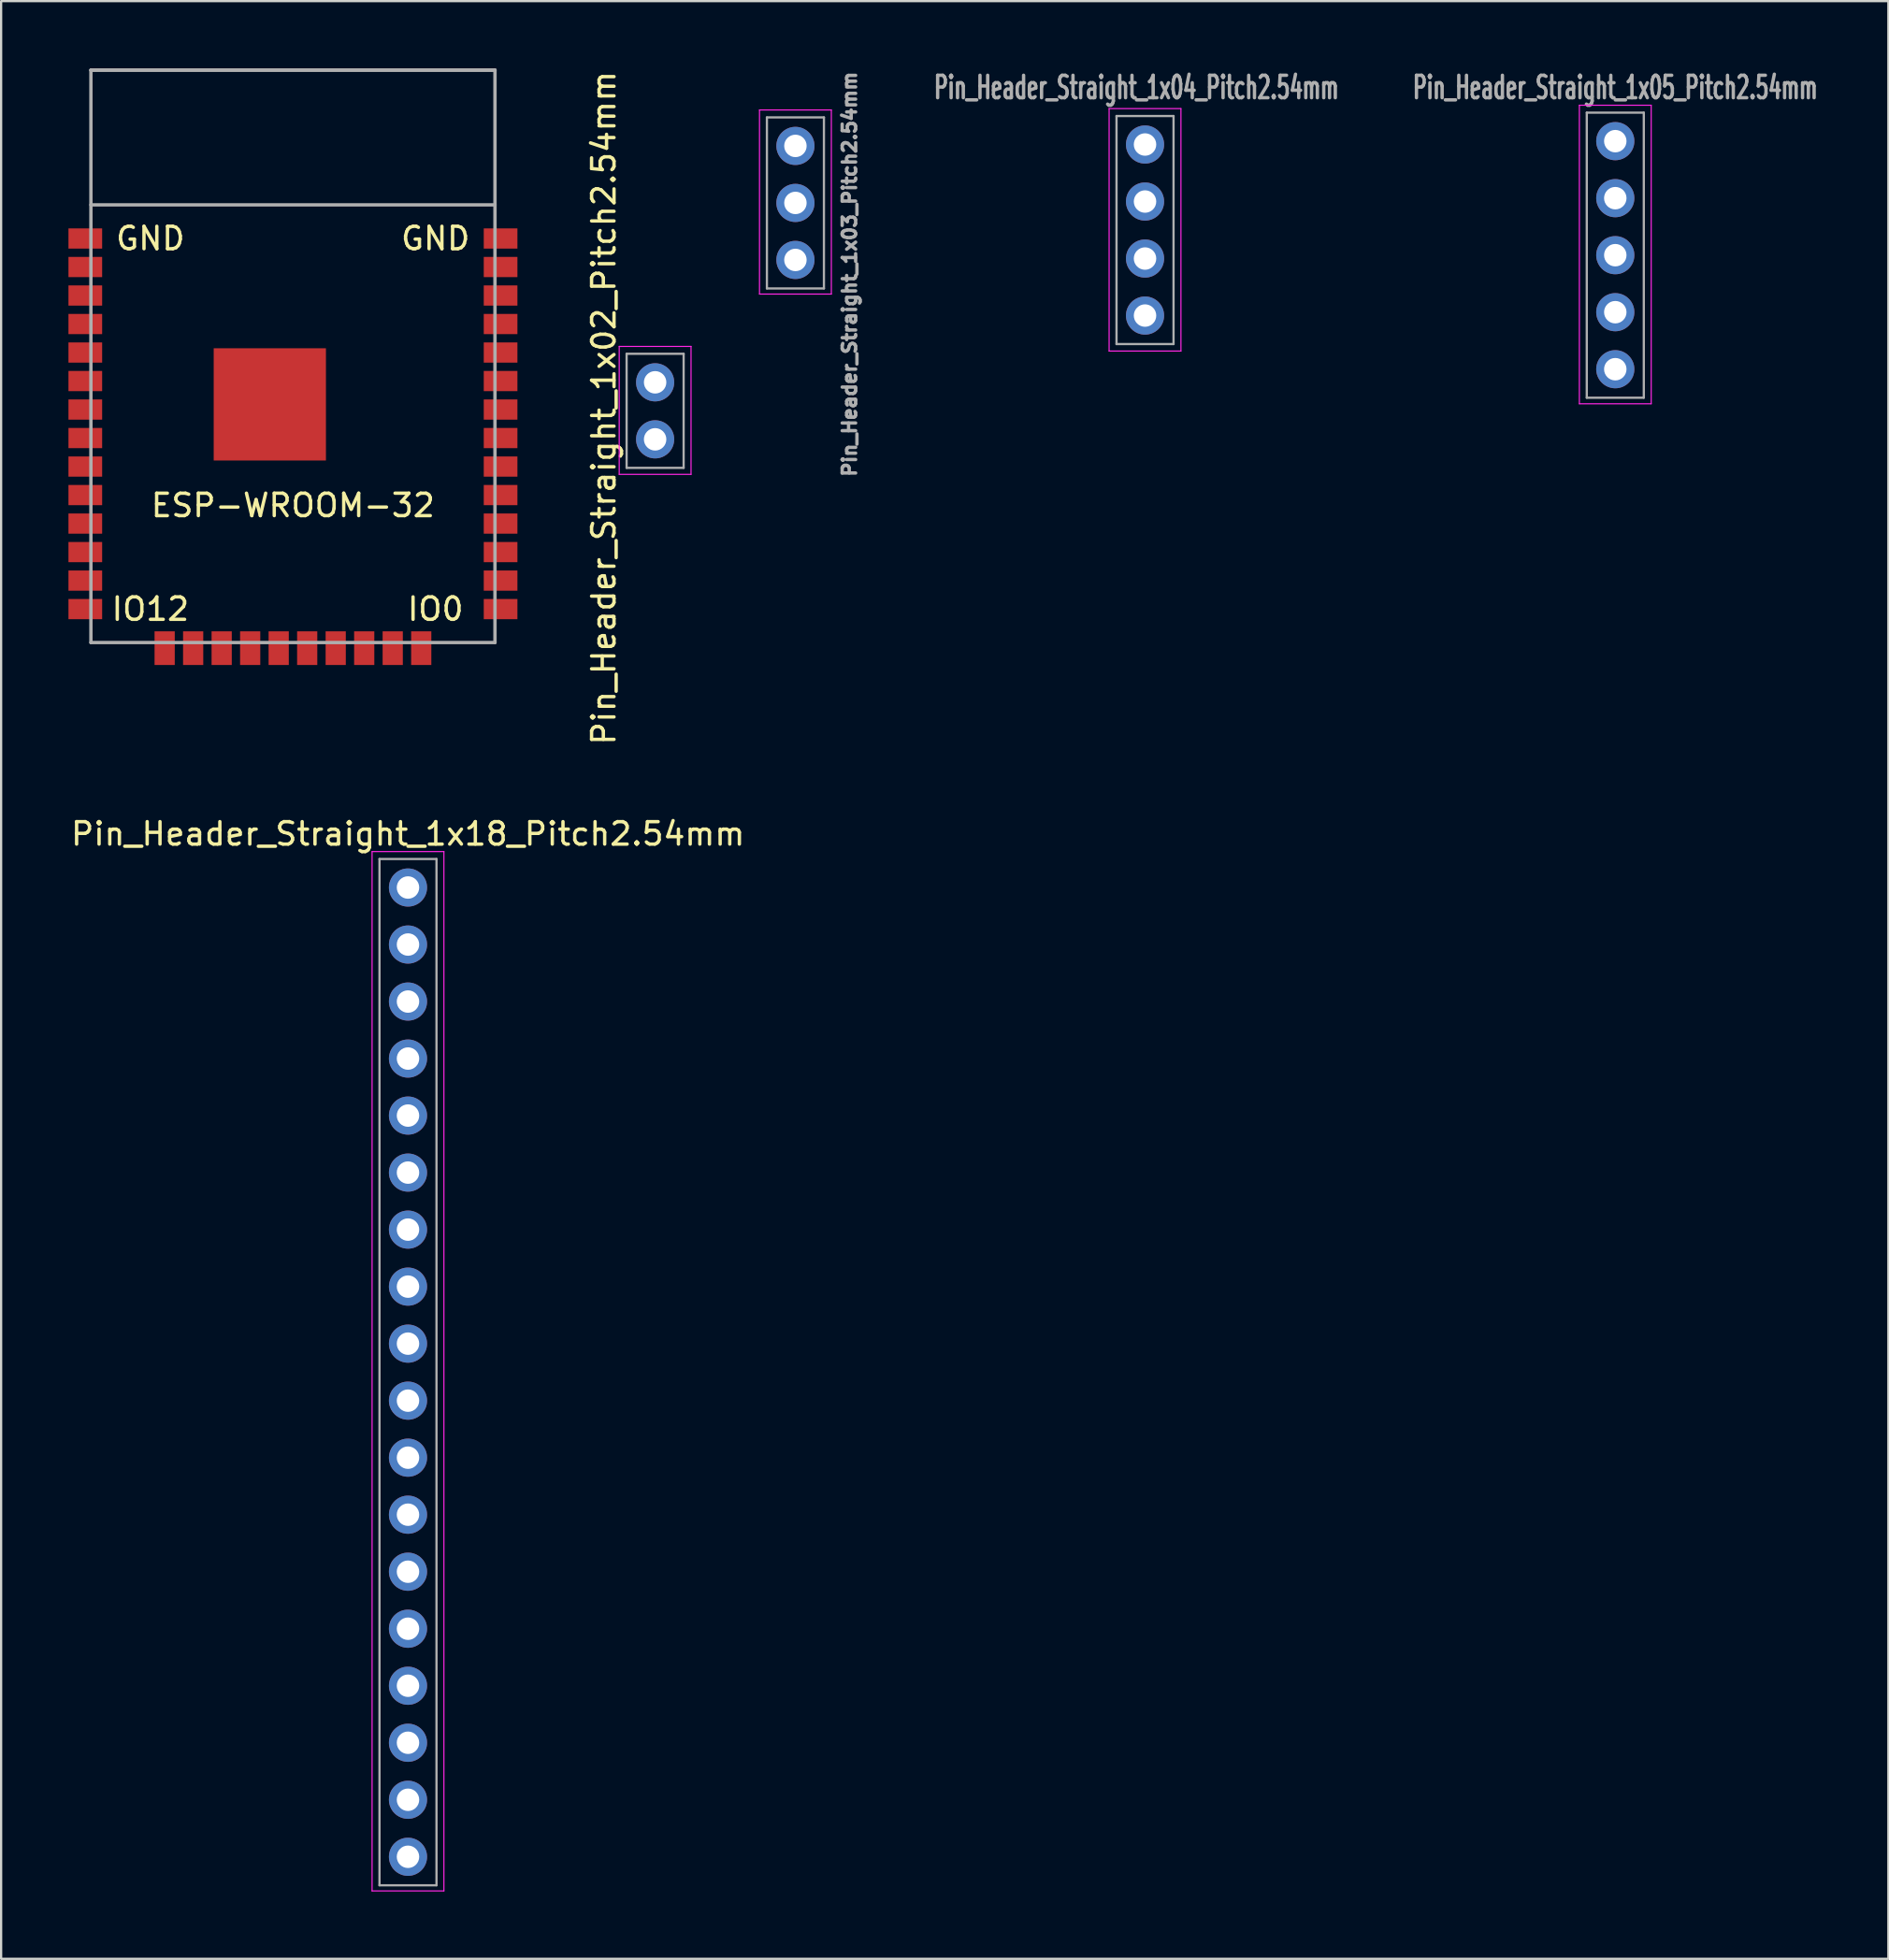
<source format=kicad_pcb>
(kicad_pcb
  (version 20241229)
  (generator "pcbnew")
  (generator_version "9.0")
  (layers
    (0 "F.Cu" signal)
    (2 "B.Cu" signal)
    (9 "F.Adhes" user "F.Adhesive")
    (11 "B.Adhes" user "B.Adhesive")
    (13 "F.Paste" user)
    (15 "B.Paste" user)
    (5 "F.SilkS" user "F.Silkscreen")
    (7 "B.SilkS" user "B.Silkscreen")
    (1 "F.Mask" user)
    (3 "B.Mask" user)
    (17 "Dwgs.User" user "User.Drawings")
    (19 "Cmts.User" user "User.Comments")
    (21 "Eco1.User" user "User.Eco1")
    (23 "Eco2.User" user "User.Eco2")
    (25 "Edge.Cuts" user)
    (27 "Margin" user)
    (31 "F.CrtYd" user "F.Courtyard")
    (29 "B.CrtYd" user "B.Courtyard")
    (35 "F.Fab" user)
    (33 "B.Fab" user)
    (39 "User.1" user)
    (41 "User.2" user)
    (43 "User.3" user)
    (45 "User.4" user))
  (footprint "Pin_Header_Straight_1x03_Pitch2.54mm"
    (layer "F.Cu")
    (at 32.384 3.45)
    (property "Reference" "Pin_Header_Straight_1x03_Pitch2.54mm" (at 2.413 5.715 90) (layer "F.Fab") (effects (font (size 0.6 0.6) (thickness 0.15))))
    (attr through_hole)
    (fp_line (start -1.6 -1.6) (end -1.6 6.6) (stroke (width 0.05) (type solid)) (layer "F.CrtYd"))
    (fp_line (start -1.6 6.6) (end 1.6 6.6) (stroke (width 0.05) (type solid)) (layer "F.CrtYd"))
    (fp_line (start 1.6 -1.6) (end -1.6 -1.6) (stroke (width 0.05) (type solid)) (layer "F.CrtYd"))
    (fp_line (start 1.6 6.6) (end 1.6 -1.6) (stroke (width 0.05) (type solid)) (layer "F.CrtYd"))
    (fp_line (start -1.27 -1.27) (end -1.27 6.35) (stroke (width 0.1) (type solid)) (layer "F.Fab"))
    (fp_line (start -1.27 6.35) (end 1.27 6.35) (stroke (width 0.1) (type solid)) (layer "F.Fab"))
    (fp_line (start 1.27 -1.27) (end -1.27 -1.27) (stroke (width 0.1) (type solid)) (layer "F.Fab"))
    (fp_line (start 1.27 6.35) (end 1.27 -1.27) (stroke (width 0.1) (type solid)) (layer "F.Fab"))
    (pad "1" thru_hole circle (at 0 0) (size 1.7 1.7) (drill 1) (layers "*.Cu" "*.Mask"))
    (pad "2" thru_hole oval (at 0 2.54) (size 1.7 1.7) (drill 1) (layers "*.Cu" "*.Mask"))
    (pad "3" thru_hole oval (at 0 5.08) (size 1.7 1.7) (drill 1) (layers "*.Cu" "*.Mask")))
  (footprint "Pin_Header_Straight_1x02_Pitch2.54mm"
    (layer "F.Cu")
    (at 26.134 13.982)
    (property "Reference" "Pin_Header_Straight_1x02_Pitch2.54mm" (at -2.286 1.143 90) (layer "F.SilkS") (effects (font (size 1 1) (thickness 0.15))))
    (attr through_hole)
    (fp_line (start -1.6 -1.6) (end -1.6 4.1) (stroke (width 0.05) (type solid)) (layer "F.CrtYd"))
    (fp_line (start -1.6 4.1) (end 1.6 4.1) (stroke (width 0.05) (type solid)) (layer "F.CrtYd"))
    (fp_line (start 1.6 -1.6) (end -1.6 -1.6) (stroke (width 0.05) (type solid)) (layer "F.CrtYd"))
    (fp_line (start 1.6 4.1) (end 1.6 -1.6) (stroke (width 0.05) (type solid)) (layer "F.CrtYd"))
    (fp_line (start -1.27 -1.27) (end -1.27 3.81) (stroke (width 0.1) (type solid)) (layer "F.Fab"))
    (fp_line (start -1.27 3.81) (end 1.27 3.81) (stroke (width 0.1) (type solid)) (layer "F.Fab"))
    (fp_line (start 1.27 -1.27) (end -1.27 -1.27) (stroke (width 0.1) (type solid)) (layer "F.Fab"))
    (fp_line (start 1.27 3.81) (end 1.27 -1.27) (stroke (width 0.1) (type solid)) (layer "F.Fab"))
    (pad "1" thru_hole circle (at 0 0) (size 1.7 1.7) (drill 1) (layers "*.Cu" "*.Mask"))
    (pad "2" thru_hole oval (at 0 2.54) (size 1.7 1.7) (drill 1) (layers "*.Cu" "*.Mask")))
  (footprint "Pin_Header_Straight_1x05_Pitch2.54mm"
    (layer "F.Cu")
    (at 68.907 3.238)
    (property "Reference" "Pin_Header_Straight_1x05_Pitch2.54mm" (at 0 -2.39 0) (layer "F.Fab") (effects (font (size 1 0.6) (thickness 0.15))))
    (attr through_hole)
    (fp_line (start -1.6 -1.6) (end -1.6 11.7) (stroke (width 0.05) (type solid)) (layer "F.CrtYd"))
    (fp_line (start -1.6 11.7) (end 1.6 11.7) (stroke (width 0.05) (type solid)) (layer "F.CrtYd"))
    (fp_line (start 1.6 -1.6) (end -1.6 -1.6) (stroke (width 0.05) (type solid)) (layer "F.CrtYd"))
    (fp_line (start 1.6 11.7) (end 1.6 -1.6) (stroke (width 0.05) (type solid)) (layer "F.CrtYd"))
    (fp_line (start -1.27 -1.27) (end -1.27 11.43) (stroke (width 0.1) (type solid)) (layer "F.Fab"))
    (fp_line (start -1.27 11.43) (end 1.27 11.43) (stroke (width 0.1) (type solid)) (layer "F.Fab"))
    (fp_line (start 1.27 -1.27) (end -1.27 -1.27) (stroke (width 0.1) (type solid)) (layer "F.Fab"))
    (fp_line (start 1.27 11.43) (end 1.27 -1.27) (stroke (width 0.1) (type solid)) (layer "F.Fab"))
    (pad "1" thru_hole circle (at 0 0) (size 1.7 1.7) (drill 1) (layers "*.Cu" "*.Mask"))
    (pad "2" thru_hole oval (at 0 2.54) (size 1.7 1.7) (drill 1) (layers "*.Cu" "*.Mask"))
    (pad "3" thru_hole oval (at 0 5.08) (size 1.7 1.7) (drill 1) (layers "*.Cu" "*.Mask"))
    (pad "4" thru_hole oval (at 0 7.62) (size 1.7 1.7) (drill 1) (layers "*.Cu" "*.Mask"))
    (pad "5" thru_hole oval (at 0 10.16) (size 1.7 1.7) (drill 1) (layers "*.Cu" "*.Mask")))
  (footprint "ESP-WROOM-32"
    (layer "F.Cu")
    (at 10 16.465)
    (property "Reference" "ESP-WROOM-32" (at 0 3 0) (layer "F.SilkS") (effects (font (size 1 1) (thickness 0.15))))
    (attr through_hole)
    (fp_line (start -9 -16.39) (end 9 -16.39) (stroke (width 0.15) (type solid)) (layer "F.Fab"))
    (fp_line (start -9 -10.39) (end 9 -10.39) (stroke (width 0.15) (type solid)) (layer "F.Fab"))
    (fp_line (start -9 9.11) (end -9 -16.39) (stroke (width 0.15) (type solid)) (layer "F.Fab"))
    (fp_line (start -9 9.11) (end 9 9.11) (stroke (width 0.15) (type solid)) (layer "F.Fab"))
    (fp_line (start 9 -16.39) (end -9 -16.39) (stroke (width 0.15) (type solid)) (layer "F.Fab"))
    (fp_line (start 9 9.11) (end 9 -16.39) (stroke (width 0.15) (type solid)) (layer "F.Fab"))
    (fp_text user "GND" (at -6.35 -8.89 0) (layer "F.SilkS") (effects (font (size 1 1) (thickness 0.15))))
    (fp_text user "IO0" (at 6.35 7.62 0) (layer "F.SilkS") (effects (font (size 1 1) (thickness 0.15))))
    (fp_text user "GND" (at 6.35 -8.89 0) (layer "F.SilkS") (effects (font (size 1 1) (thickness 0.15))))
    (fp_text user "IO12" (at -6.35 7.62 0) (layer "F.SilkS") (effects (font (size 1 1) (thickness 0.15))))
    (pad "1" smd rect (at -9.25 -8.89) (size 1.5 0.9) (layers "F.Cu" "F.Mask" "F.Paste"))
    (pad "2" smd rect (at -9.25 -7.62) (size 1.5 0.9) (layers "F.Cu" "F.Mask" "F.Paste"))
    (pad "3" smd rect (at -9.25 -6.35) (size 1.5 0.9) (layers "F.Cu" "F.Mask" "F.Paste"))
    (pad "4" smd rect (at -9.25 -5.08) (size 1.5 0.9) (layers "F.Cu" "F.Mask" "F.Paste"))
    (pad "4" smd rect (at -1.03 -1.5) (size 5 5) (layers "F.Cu" "F.Mask" "F.Paste"))
    (pad "5" smd rect (at -9.25 -3.81) (size 1.5 0.9) (layers "F.Cu" "F.Mask" "F.Paste"))
    (pad "6" smd rect (at -9.25 -2.54) (size 1.5 0.9) (layers "F.Cu" "F.Mask" "F.Paste"))
    (pad "7" smd rect (at -9.25 -1.27) (size 1.5 0.9) (layers "F.Cu" "F.Mask" "F.Paste"))
    (pad "8" smd rect (at -9.25 0) (size 1.5 0.9) (layers "F.Cu" "F.Mask" "F.Paste"))
    (pad "9" smd rect (at -9.25 1.27) (size 1.5 0.9) (layers "F.Cu" "F.Mask" "F.Paste"))
    (pad "10" smd rect (at -9.25 2.54) (size 1.5 0.9) (layers "F.Cu" "F.Mask" "F.Paste"))
    (pad "11" smd rect (at -9.25 3.81) (size 1.5 0.9) (layers "F.Cu" "F.Mask" "F.Paste"))
    (pad "12" smd rect (at -9.25 5.08) (size 1.5 0.9) (layers "F.Cu" "F.Mask" "F.Paste"))
    (pad "13" smd rect (at -9.25 6.35) (size 1.5 0.9) (layers "F.Cu" "F.Mask" "F.Paste"))
    (pad "14" smd rect (at -9.25 7.62) (size 1.5 0.9) (layers "F.Cu" "F.Mask" "F.Paste"))
    (pad "15" smd rect (at -5.715 9.36 90) (size 1.5 0.9) (layers "F.Cu" "F.Mask" "F.Paste"))
    (pad "16" smd rect (at -4.445 9.36 90) (size 1.5 0.9) (layers "F.Cu" "F.Mask" "F.Paste"))
    (pad "17" smd rect (at -3.175 9.36 90) (size 1.5 0.9) (layers "F.Cu" "F.Mask" "F.Paste"))
    (pad "18" smd rect (at -1.905 9.36 90) (size 1.5 0.9) (layers "F.Cu" "F.Mask" "F.Paste"))
    (pad "19" smd rect (at -0.635 9.36 90) (size 1.5 0.9) (layers "F.Cu" "F.Mask" "F.Paste"))
    (pad "20" smd rect (at 0.635 9.36 90) (size 1.5 0.9) (layers "F.Cu" "F.Mask" "F.Paste"))
    (pad "21" smd rect (at 1.905 9.36 90) (size 1.5 0.9) (layers "F.Cu" "F.Mask" "F.Paste"))
    (pad "22" smd rect (at 3.175 9.36 90) (size 1.5 0.9) (layers "F.Cu" "F.Mask" "F.Paste"))
    (pad "23" smd rect (at 4.445 9.36 90) (size 1.5 0.9) (layers "F.Cu" "F.Mask" "F.Paste"))
    (pad "24" smd rect (at 5.715 9.36 90) (size 1.5 0.9) (layers "F.Cu" "F.Mask" "F.Paste"))
    (pad "25" smd rect (at 9.25 7.62) (size 1.5 0.9) (layers "F.Cu" "F.Mask" "F.Paste"))
    (pad "26" smd rect (at 9.25 6.35) (size 1.5 0.9) (layers "F.Cu" "F.Mask" "F.Paste"))
    (pad "27" smd rect (at 9.25 5.08) (size 1.5 0.9) (layers "F.Cu" "F.Mask" "F.Paste"))
    (pad "28" smd rect (at 9.25 3.81) (size 1.5 0.9) (layers "F.Cu" "F.Mask" "F.Paste"))
    (pad "29" smd rect (at 9.25 2.54) (size 1.5 0.9) (layers "F.Cu" "F.Mask" "F.Paste"))
    (pad "30" smd rect (at 9.25 1.27) (size 1.5 0.9) (layers "F.Cu" "F.Mask" "F.Paste"))
    (pad "31" smd rect (at 9.25 0) (size 1.5 0.9) (layers "F.Cu" "F.Mask" "F.Paste"))
    (pad "32" smd rect (at 9.25 -1.27) (size 1.5 0.9) (layers "F.Cu" "F.Mask" "F.Paste"))
    (pad "33" smd rect (at 9.25 -2.54) (size 1.5 0.9) (layers "F.Cu" "F.Mask" "F.Paste"))
    (pad "34" smd rect (at 9.25 -3.81) (size 1.5 0.9) (layers "F.Cu" "F.Mask" "F.Paste"))
    (pad "35" smd rect (at 9.25 -5.08) (size 1.5 0.9) (layers "F.Cu" "F.Mask" "F.Paste"))
    (pad "36" smd rect (at 9.25 -6.35) (size 1.5 0.9) (layers "F.Cu" "F.Mask" "F.Paste"))
    (pad "37" smd rect (at 9.25 -7.62) (size 1.5 0.9) (layers "F.Cu" "F.Mask" "F.Paste"))
    (pad "38" smd rect (at 9.25 -8.89) (size 1.5 0.9) (layers "F.Cu" "F.Mask" "F.Paste")))
  (footprint "Pin_Header_Straight_1x04_Pitch2.54mm"
    (layer "F.Cu")
    (at 47.958 3.388)
    (property "Reference" "Pin_Header_Straight_1x04_Pitch2.54mm" (at -0.381 -2.54 0) (layer "F.Fab") (effects (font (size 1 0.6) (thickness 0.15))))
    (attr through_hole)
    (fp_line (start -1.6 -1.6) (end -1.6 9.2) (stroke (width 0.05) (type solid)) (layer "F.CrtYd"))
    (fp_line (start -1.6 9.2) (end 1.6 9.2) (stroke (width 0.05) (type solid)) (layer "F.CrtYd"))
    (fp_line (start 1.6 -1.6) (end -1.6 -1.6) (stroke (width 0.05) (type solid)) (layer "F.CrtYd"))
    (fp_line (start 1.6 9.2) (end 1.6 -1.6) (stroke (width 0.05) (type solid)) (layer "F.CrtYd"))
    (fp_line (start -1.27 -1.27) (end -1.27 8.89) (stroke (width 0.1) (type solid)) (layer "F.Fab"))
    (fp_line (start -1.27 8.89) (end 1.27 8.89) (stroke (width 0.1) (type solid)) (layer "F.Fab"))
    (fp_line (start 1.27 -1.27) (end -1.27 -1.27) (stroke (width 0.1) (type solid)) (layer "F.Fab"))
    (fp_line (start 1.27 8.89) (end 1.27 -1.27) (stroke (width 0.1) (type solid)) (layer "F.Fab"))
    (pad "1" thru_hole circle (at 0 0) (size 1.7 1.7) (drill 1) (layers "*.Cu" "*.Mask"))
    (pad "2" thru_hole oval (at 0 2.54) (size 1.7 1.7) (drill 1) (layers "*.Cu" "*.Mask"))
    (pad "3" thru_hole oval (at 0 5.08) (size 1.7 1.7) (drill 1) (layers "*.Cu" "*.Mask"))
    (pad "4" thru_hole oval (at 0 7.62) (size 1.7 1.7) (drill 1) (layers "*.Cu" "*.Mask")))
  (footprint "Pin_Header_Straight_1x18_Pitch2.54mm"
    (layer "F.Cu")
    (at 15.125 36.488)
    (property "Reference" "Pin_Header_Straight_1x18_Pitch2.54mm" (at 0 -2.39 0) (layer "F.SilkS") (effects (font (size 1 1) (thickness 0.15))))
    (attr through_hole)
    (fp_line (start -1.6 -1.6) (end -1.6 44.7) (stroke (width 0.05) (type solid)) (layer "F.CrtYd"))
    (fp_line (start -1.6 44.7) (end 1.6 44.7) (stroke (width 0.05) (type solid)) (layer "F.CrtYd"))
    (fp_line (start 1.6 -1.6) (end -1.6 -1.6) (stroke (width 0.05) (type solid)) (layer "F.CrtYd"))
    (fp_line (start 1.6 44.7) (end 1.6 -1.6) (stroke (width 0.05) (type solid)) (layer "F.CrtYd"))
    (fp_line (start -1.27 -1.27) (end -1.27 44.45) (stroke (width 0.1) (type solid)) (layer "F.Fab"))
    (fp_line (start -1.27 44.45) (end 1.27 44.45) (stroke (width 0.1) (type solid)) (layer "F.Fab"))
    (fp_line (start 1.27 -1.27) (end -1.27 -1.27) (stroke (width 0.1) (type solid)) (layer "F.Fab"))
    (fp_line (start 1.27 44.45) (end 1.27 -1.27) (stroke (width 0.1) (type solid)) (layer "F.Fab"))
    (pad "1" thru_hole circle (at 0 0) (size 1.7 1.7) (drill 1) (layers "*.Cu" "*.Mask"))
    (pad "2" thru_hole oval (at 0 2.54) (size 1.7 1.7) (drill 1) (layers "*.Cu" "*.Mask"))
    (pad "3" thru_hole oval (at 0 5.08) (size 1.7 1.7) (drill 1) (layers "*.Cu" "*.Mask"))
    (pad "4" thru_hole oval (at 0 7.62) (size 1.7 1.7) (drill 1) (layers "*.Cu" "*.Mask"))
    (pad "5" thru_hole oval (at 0 10.16) (size 1.7 1.7) (drill 1) (layers "*.Cu" "*.Mask"))
    (pad "6" thru_hole oval (at 0 12.7) (size 1.7 1.7) (drill 1) (layers "*.Cu" "*.Mask"))
    (pad "7" thru_hole oval (at 0 15.24) (size 1.7 1.7) (drill 1) (layers "*.Cu" "*.Mask"))
    (pad "8" thru_hole oval (at 0 17.78) (size 1.7 1.7) (drill 1) (layers "*.Cu" "*.Mask"))
    (pad "9" thru_hole oval (at 0 20.32) (size 1.7 1.7) (drill 1) (layers "*.Cu" "*.Mask"))
    (pad "10" thru_hole oval (at 0 22.86) (size 1.7 1.7) (drill 1) (layers "*.Cu" "*.Mask"))
    (pad "11" thru_hole oval (at 0 25.4) (size 1.7 1.7) (drill 1) (layers "*.Cu" "*.Mask"))
    (pad "12" thru_hole oval (at 0 27.94) (size 1.7 1.7) (drill 1) (layers "*.Cu" "*.Mask"))
    (pad "13" thru_hole oval (at 0 30.48) (size 1.7 1.7) (drill 1) (layers "*.Cu" "*.Mask"))
    (pad "14" thru_hole oval (at 0 33.02) (size 1.7 1.7) (drill 1) (layers "*.Cu" "*.Mask"))
    (pad "15" thru_hole oval (at 0 35.56) (size 1.7 1.7) (drill 1) (layers "*.Cu" "*.Mask"))
    (pad "16" thru_hole oval (at 0 38.1) (size 1.7 1.7) (drill 1) (layers "*.Cu" "*.Mask"))
    (pad "17" thru_hole oval (at 0 40.64) (size 1.7 1.7) (drill 1) (layers "*.Cu" "*.Mask"))
    (pad "18" thru_hole oval (at 0 43.18) (size 1.7 1.7) (drill 1) (layers "*.Cu" "*.Mask")))
  (gr_rect
    (start -3 -3)
    (end 81.072 84.213)
    (stroke (width 0.1) (type default))
    (fill no)
    (layer "Edge.Cuts")))
</source>
